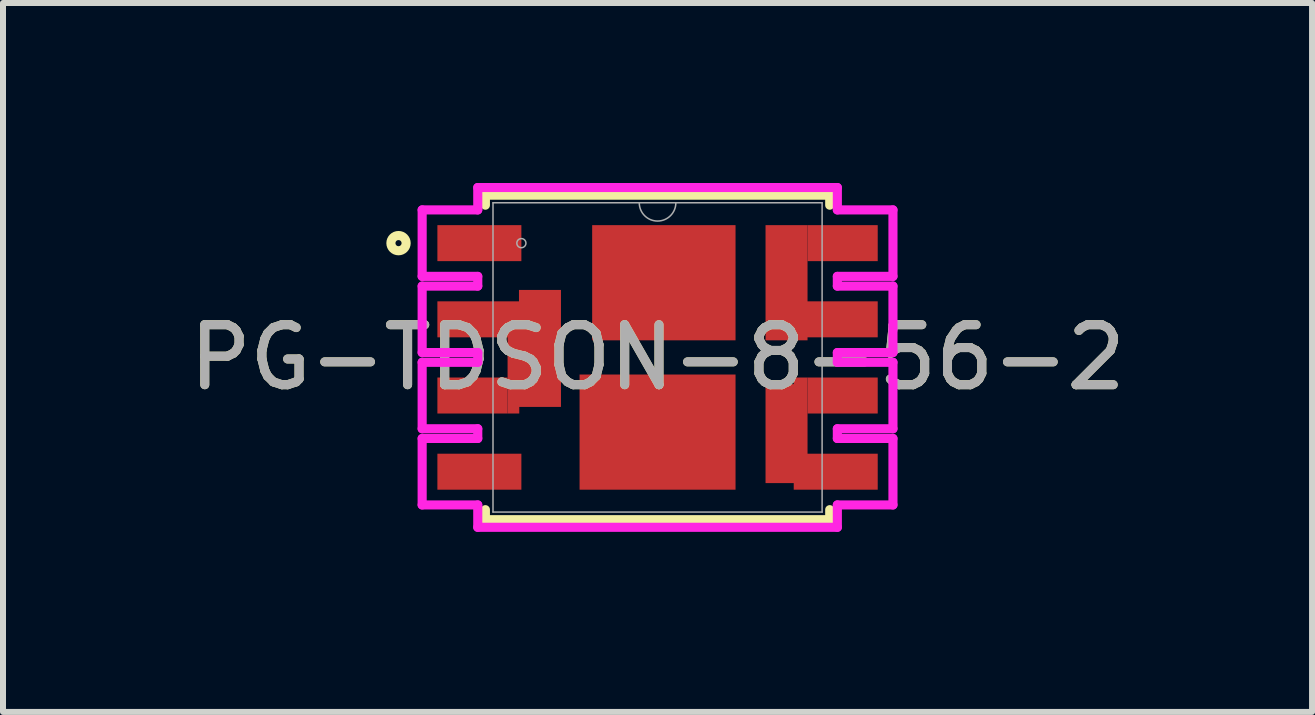
<source format=kicad_pcb>
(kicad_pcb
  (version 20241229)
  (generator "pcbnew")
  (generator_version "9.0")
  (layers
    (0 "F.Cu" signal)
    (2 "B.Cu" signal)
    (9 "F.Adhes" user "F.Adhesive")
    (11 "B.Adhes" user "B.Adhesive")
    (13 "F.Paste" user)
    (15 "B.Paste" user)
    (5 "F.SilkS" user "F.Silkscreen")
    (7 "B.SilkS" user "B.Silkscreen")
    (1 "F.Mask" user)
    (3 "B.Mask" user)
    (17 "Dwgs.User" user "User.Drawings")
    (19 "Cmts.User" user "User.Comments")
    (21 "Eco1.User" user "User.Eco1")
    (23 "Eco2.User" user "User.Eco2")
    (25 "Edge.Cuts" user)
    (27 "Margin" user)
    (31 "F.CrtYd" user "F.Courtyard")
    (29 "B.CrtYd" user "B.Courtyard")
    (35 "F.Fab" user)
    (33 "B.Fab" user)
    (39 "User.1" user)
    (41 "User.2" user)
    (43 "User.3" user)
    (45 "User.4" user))
  (footprint "PG-TDSON-8-56-2"
    (layer "F.Cu")
    (at 7.911 2.908)
    (property "Reference" "PG-TDSON-8-56-2" (at 0 0 0) (unlocked yes) (layer "F.SilkS") (effects (font (size 1 1) (thickness 0.15))))
    (attr smd)
    (fp_poly (pts (xy -1.3 0.285) (xy 1.3 0.285) (xy 1.3 2.205) (xy -1.3 2.205)) (stroke (width 0) (type solid)) (fill yes) (layer "F.Cu"))
    (fp_poly (pts (xy -1.09 -2.205) (xy 1.3 -2.205) (xy 1.3 -0.285) (xy -1.09 -0.285)) (stroke (width 0) (type solid)) (fill yes) (layer "F.Cu"))
    (fp_poly (pts (xy -1.3 0.285) (xy 1.3 0.285) (xy 1.3 2.205) (xy -1.3 2.205)) (stroke (width 0) (type solid)) (fill yes) (layer "F.Mask"))
    (fp_poly (pts (xy -1.09 -2.205) (xy 1.3 -2.205) (xy 1.3 -0.285) (xy -1.09 -0.285)) (stroke (width 0) (type solid)) (fill yes) (layer "F.Mask"))
    (fp_line (start -2.87 -2.705) (end 2.87 -2.705) (stroke (width 0.152) (type solid)) (layer "F.SilkS"))
    (fp_line (start -2.87 -2.538) (end -2.87 -2.705) (stroke (width 0.152) (type solid)) (layer "F.SilkS"))
    (fp_line (start -2.87 2.705) (end -2.87 2.538) (stroke (width 0.152) (type solid)) (layer "F.SilkS"))
    (fp_line (start 2.87 -2.705) (end 2.87 -2.538) (stroke (width 0.152) (type solid)) (layer "F.SilkS"))
    (fp_line (start 2.87 2.538) (end 2.87 2.705) (stroke (width 0.152) (type solid)) (layer "F.SilkS"))
    (fp_line (start 2.87 2.705) (end -2.87 2.705) (stroke (width 0.152) (type solid)) (layer "F.SilkS"))
    (fp_circle (center -4.318 -1.905) (end -4.191 -1.905) (stroke (width 0.152) (type solid)) (fill no) (layer "F.SilkS"))
    (fp_poly (pts (xy -3.62 1.655) (xy -2.47 1.655) (xy -2.47 2.155) (xy -3.62 2.155)) (stroke (width 0) (type solid)) (fill yes) (layer "F.Paste"))
    (fp_poly (pts (xy -3.62 -2.155) (xy -2.47 -2.155) (xy -2.47 -1.655) (xy -3.62 -1.655)) (stroke (width 0) (type solid)) (fill yes) (layer "F.Paste"))
    (fp_poly (pts (xy -3.62 -0.885) (xy -2.47 -0.885) (xy -2.47 -0.385) (xy -3.62 -0.385)) (stroke (width 0) (type solid)) (fill yes) (layer "F.Paste"))
    (fp_poly (pts (xy -3.62 0.385) (xy -2.47 0.385) (xy -2.47 0.885) (xy -3.62 0.885)) (stroke (width 0) (type solid)) (fill yes) (layer "F.Paste"))
    (fp_poly (pts (xy -2.26 -0.935) (xy -1.66 -0.935) (xy -1.66 0.635) (xy -2.26 0.635)) (stroke (width 0) (type solid)) (fill yes) (layer "F.Paste"))
    (fp_poly (pts (xy -0.885 0.665) (xy -0.135 0.665) (xy -0.135 1.815) (xy -0.885 1.815)) (stroke (width 0) (type solid)) (fill yes) (layer "F.Paste"))
    (fp_poly (pts (xy -0.78 -1.77) (xy -0.03 -1.77) (xy -0.03 -0.72) (xy -0.78 -0.72)) (stroke (width 0) (type solid)) (fill yes) (layer "F.Paste"))
    (fp_poly (pts (xy 0.115 0.665) (xy 0.865 0.665) (xy 0.865 1.815) (xy 0.115 1.815)) (stroke (width 0) (type solid)) (fill yes) (layer "F.Paste"))
    (fp_poly (pts (xy 0.22 -1.77) (xy 0.97 -1.77) (xy 0.97 -0.72) (xy 0.22 -0.72)) (stroke (width 0) (type solid)) (fill yes) (layer "F.Paste"))
    (fp_poly (pts (xy 1.85 -1.68) (xy 2.25 -1.68) (xy 2.25 -0.81) (xy 1.85 -0.81)) (stroke (width 0) (type solid)) (fill yes) (layer "F.Paste"))
    (fp_poly (pts (xy 1.85 0.935) (xy 2.27 0.935) (xy 2.27 1.605) (xy 1.85 1.605)) (stroke (width 0) (type solid)) (fill yes) (layer "F.Paste"))
    (fp_poly (pts (xy 2.47 -2.155) (xy 3.62 -2.155) (xy 3.62 -1.655) (xy 2.47 -1.655)) (stroke (width 0) (type solid)) (fill yes) (layer "F.Paste"))
    (fp_poly (pts (xy 2.47 -0.885) (xy 3.62 -0.885) (xy 3.62 -0.385) (xy 2.47 -0.385)) (stroke (width 0) (type solid)) (fill yes) (layer "F.Paste"))
    (fp_poly (pts (xy 2.47 0.385) (xy 3.62 0.385) (xy 3.62 0.885) (xy 2.47 0.885)) (stroke (width 0) (type solid)) (fill yes) (layer "F.Paste"))
    (fp_poly (pts (xy 2.47 1.655) (xy 3.62 1.655) (xy 3.62 2.155) (xy 2.47 2.155)) (stroke (width 0) (type solid)) (fill yes) (layer "F.Paste"))
    (fp_line (start -3.924 -2.459) (end -3.924 -1.351) (stroke (width 0.152) (type solid)) (layer "F.CrtYd"))
    (fp_line (start -3.924 -1.351) (end -2.997 -1.351) (stroke (width 0.152) (type solid)) (layer "F.CrtYd"))
    (fp_line (start -3.924 -1.189) (end -3.924 -0.081) (stroke (width 0.152) (type solid)) (layer "F.CrtYd"))
    (fp_line (start -3.924 -0.081) (end -2.997 -0.081) (stroke (width 0.152) (type solid)) (layer "F.CrtYd"))
    (fp_line (start -3.924 0.081) (end -3.924 1.189) (stroke (width 0.152) (type solid)) (layer "F.CrtYd"))
    (fp_line (start -3.924 1.189) (end -2.997 1.189) (stroke (width 0.152) (type solid)) (layer "F.CrtYd"))
    (fp_line (start -3.924 1.351) (end -3.924 2.459) (stroke (width 0.152) (type solid)) (layer "F.CrtYd"))
    (fp_line (start -3.924 2.459) (end -2.997 2.459) (stroke (width 0.152) (type solid)) (layer "F.CrtYd"))
    (fp_line (start -2.997 -2.832) (end -2.997 -2.459) (stroke (width 0.152) (type solid)) (layer "F.CrtYd"))
    (fp_line (start -2.997 -2.459) (end -3.924 -2.459) (stroke (width 0.152) (type solid)) (layer "F.CrtYd"))
    (fp_line (start -2.997 -1.351) (end -2.997 -1.189) (stroke (width 0.152) (type solid)) (layer "F.CrtYd"))
    (fp_line (start -2.997 -1.189) (end -3.924 -1.189) (stroke (width 0.152) (type solid)) (layer "F.CrtYd"))
    (fp_line (start -2.997 -0.081) (end -2.997 0.081) (stroke (width 0.152) (type solid)) (layer "F.CrtYd"))
    (fp_line (start -2.997 0.081) (end -3.924 0.081) (stroke (width 0.152) (type solid)) (layer "F.CrtYd"))
    (fp_line (start -2.997 1.189) (end -2.997 1.351) (stroke (width 0.152) (type solid)) (layer "F.CrtYd"))
    (fp_line (start -2.997 1.351) (end -3.924 1.351) (stroke (width 0.152) (type solid)) (layer "F.CrtYd"))
    (fp_line (start -2.997 2.459) (end -2.997 2.832) (stroke (width 0.152) (type solid)) (layer "F.CrtYd"))
    (fp_line (start -2.997 2.832) (end 2.997 2.832) (stroke (width 0.152) (type solid)) (layer "F.CrtYd"))
    (fp_line (start 2.997 -2.832) (end -2.997 -2.832) (stroke (width 0.152) (type solid)) (layer "F.CrtYd"))
    (fp_line (start 2.997 -2.459) (end 2.997 -2.832) (stroke (width 0.152) (type solid)) (layer "F.CrtYd"))
    (fp_line (start 2.997 -1.351) (end 3.924 -1.351) (stroke (width 0.152) (type solid)) (layer "F.CrtYd"))
    (fp_line (start 2.997 -1.189) (end 2.997 -1.351) (stroke (width 0.152) (type solid)) (layer "F.CrtYd"))
    (fp_line (start 2.997 -0.081) (end 3.924 -0.081) (stroke (width 0.152) (type solid)) (layer "F.CrtYd"))
    (fp_line (start 2.997 0.081) (end 2.997 -0.081) (stroke (width 0.152) (type solid)) (layer "F.CrtYd"))
    (fp_line (start 2.997 1.189) (end 3.924 1.189) (stroke (width 0.152) (type solid)) (layer "F.CrtYd"))
    (fp_line (start 2.997 1.351) (end 2.997 1.189) (stroke (width 0.152) (type solid)) (layer "F.CrtYd"))
    (fp_line (start 2.997 2.459) (end 3.924 2.459) (stroke (width 0.152) (type solid)) (layer "F.CrtYd"))
    (fp_line (start 2.997 2.832) (end 2.997 2.459) (stroke (width 0.152) (type solid)) (layer "F.CrtYd"))
    (fp_line (start 3.924 -2.459) (end 2.997 -2.459) (stroke (width 0.152) (type solid)) (layer "F.CrtYd"))
    (fp_line (start 3.924 -1.351) (end 3.924 -2.459) (stroke (width 0.152) (type solid)) (layer "F.CrtYd"))
    (fp_line (start 3.924 -1.189) (end 2.997 -1.189) (stroke (width 0.152) (type solid)) (layer "F.CrtYd"))
    (fp_line (start 3.924 -0.081) (end 3.924 -1.189) (stroke (width 0.152) (type solid)) (layer "F.CrtYd"))
    (fp_line (start 3.924 0.081) (end 2.997 0.081) (stroke (width 0.152) (type solid)) (layer "F.CrtYd"))
    (fp_line (start 3.924 1.189) (end 3.924 0.081) (stroke (width 0.152) (type solid)) (layer "F.CrtYd"))
    (fp_line (start 3.924 1.351) (end 2.997 1.351) (stroke (width 0.152) (type solid)) (layer "F.CrtYd"))
    (fp_line (start 3.924 2.459) (end 3.924 1.351) (stroke (width 0.152) (type solid)) (layer "F.CrtYd"))
    (fp_line (start -2.743 -2.578) (end -2.743 2.578) (stroke (width 0.025) (type solid)) (layer "F.Fab"))
    (fp_line (start -2.743 2.578) (end 2.743 2.578) (stroke (width 0.025) (type solid)) (layer "F.Fab"))
    (fp_line (start 2.743 -2.578) (end -2.743 -2.578) (stroke (width 0.025) (type solid)) (layer "F.Fab"))
    (fp_line (start 2.743 2.578) (end 2.743 -2.578) (stroke (width 0.025) (type solid)) (layer "F.Fab"))
    (fp_arc (start 0.3048 -2.5781) (mid 0 -2.2733) (end -0.3048 -2.5781) (stroke (width 0.0254) (type solid)) (layer "F.Fab"))
    (fp_circle (center -2.27 -1.905) (end -2.194 -1.905) (stroke (width 0.025) (type solid)) (fill no) (layer "F.Fab"))
    (fp_text user "${REFERENCE}" (at 0 0 0) (unlocked yes) (layer "F.Fab") (effects (font (size 1 1) (thickness 0.15))))
    (pad "1" smd rect (at -2.97 -1.905) (size 1.4 0.6) (layers "F.Cu" "F.Mask"))
    (pad "2" smd custom (at -3.085 -0.635) (size 1.17 0.6) (layers "F.Cu" "F.Mask") (options (anchor rect)) (primitives (gr_poly (pts (xy -0.585 -0.3) (xy 0.775 -0.3) (xy 0.775 -0.49) (xy 1.475 -0.49) (xy 1.475 1.46) (xy 0.78 1.46) (xy 0.78 1.57) (xy 0.585 1.57) (xy 0.585 0.3) (xy -0.585 0.3)) (width 0) (fill yes))))
    (pad "3" smd rect (at -3.085 0.635) (size 1.17 0.6) (layers "F.Cu" "F.Mask"))
    (pad "4" smd rect (at -2.97 1.905) (size 1.4 0.6) (layers "F.Cu" "F.Mask"))
    (pad "5" smd custom (at 3.085 1.905) (size 1.17 0.6) (layers "F.Cu" "F.Mask") (options (anchor rect)) (primitives (gr_poly (pts (xy 0.585 -0.3) (xy 0.585 0.3) (xy -0.815 0.3) (xy -0.815 0.19) (xy -1.285 0.19) (xy -1.285 -1.46) (xy -0.815 -1.46) (xy -0.815 -1.57) (xy -0.585 -1.57) (xy -0.585 -0.3)) (width 0) (fill yes)) (gr_poly (pts (xy -0.585 -1.57) (xy -0.815 -1.57) (xy -0.815 -1.46) (xy -1.285 -1.46) (xy -1.285 0.19) (xy -0.815 0.19) (xy -0.815 0.3) (xy -0.585 0.3) (xy -0.585 -0.3) (xy -0.585 -0.97)) (width 0) (fill yes))))
    (pad "6" smd rect (at 3.085 0.635) (size 1.17 0.6) (layers "F.Cu" "F.Mask"))
    (pad "7" smd custom (at 3.085 -0.635) (size 1.17 0.6) (layers "F.Cu" "F.Mask") (options (anchor rect)) (primitives (gr_poly (pts (xy -0.585 -0.3) (xy 0.585 -0.3) (xy 0.585 0.3) (xy -0.585 0.3) (xy -0.585 0.35) (xy -1.285 0.35) (xy -1.285 -1.57) (xy -0.585 -1.57)) (width 0) (fill yes)) (gr_poly (pts (xy -0.585 -1.57) (xy -1.285 -1.57) (xy -1.285 0.35) (xy -0.585 0.35) (xy -0.585 0.3) (xy -0.585 -0.3) (xy -0.585 -0.97)) (width 0) (fill yes))))
    (pad "8" smd rect (at 3.085 -1.905) (size 1.17 0.6) (layers "F.Cu" "F.Mask"))
    (zone (net_name "") (layer "F.Cu") (hatch full 0.508) (connect_pads) (min_thickness 0.254) (filled_areas_thickness no) (keepout (tracks not_allowed) (vias not_allowed) (pads allowed) (copperpour not_allowed) (footprints allowed)) (placement (enabled no)) (fill) (polygon (pts (xy 6.301 3.193) (xy 6.611 3.193) (xy 6.611 3.733) (xy 6.301 3.733))))
    (zone (net_name "") (layer "F.Cu") (hatch full 0.508) (connect_pads) (min_thickness 0.254) (filled_areas_thickness no) (keepout (tracks not_allowed) (vias not_allowed) (pads allowed) (copperpour not_allowed) (footprints allowed)) (placement (enabled no)) (fill) (polygon (pts (xy 9.211 0.703) (xy 9.711 0.703) (xy 9.711 2.623) (xy 9.211 2.623)))))
  (gr_rect
    (start -3 -3)
    (end 18.821 8.817)
    (stroke (width 0.1) (type default))
    (fill no)
    (layer "Edge.Cuts")))
</source>
